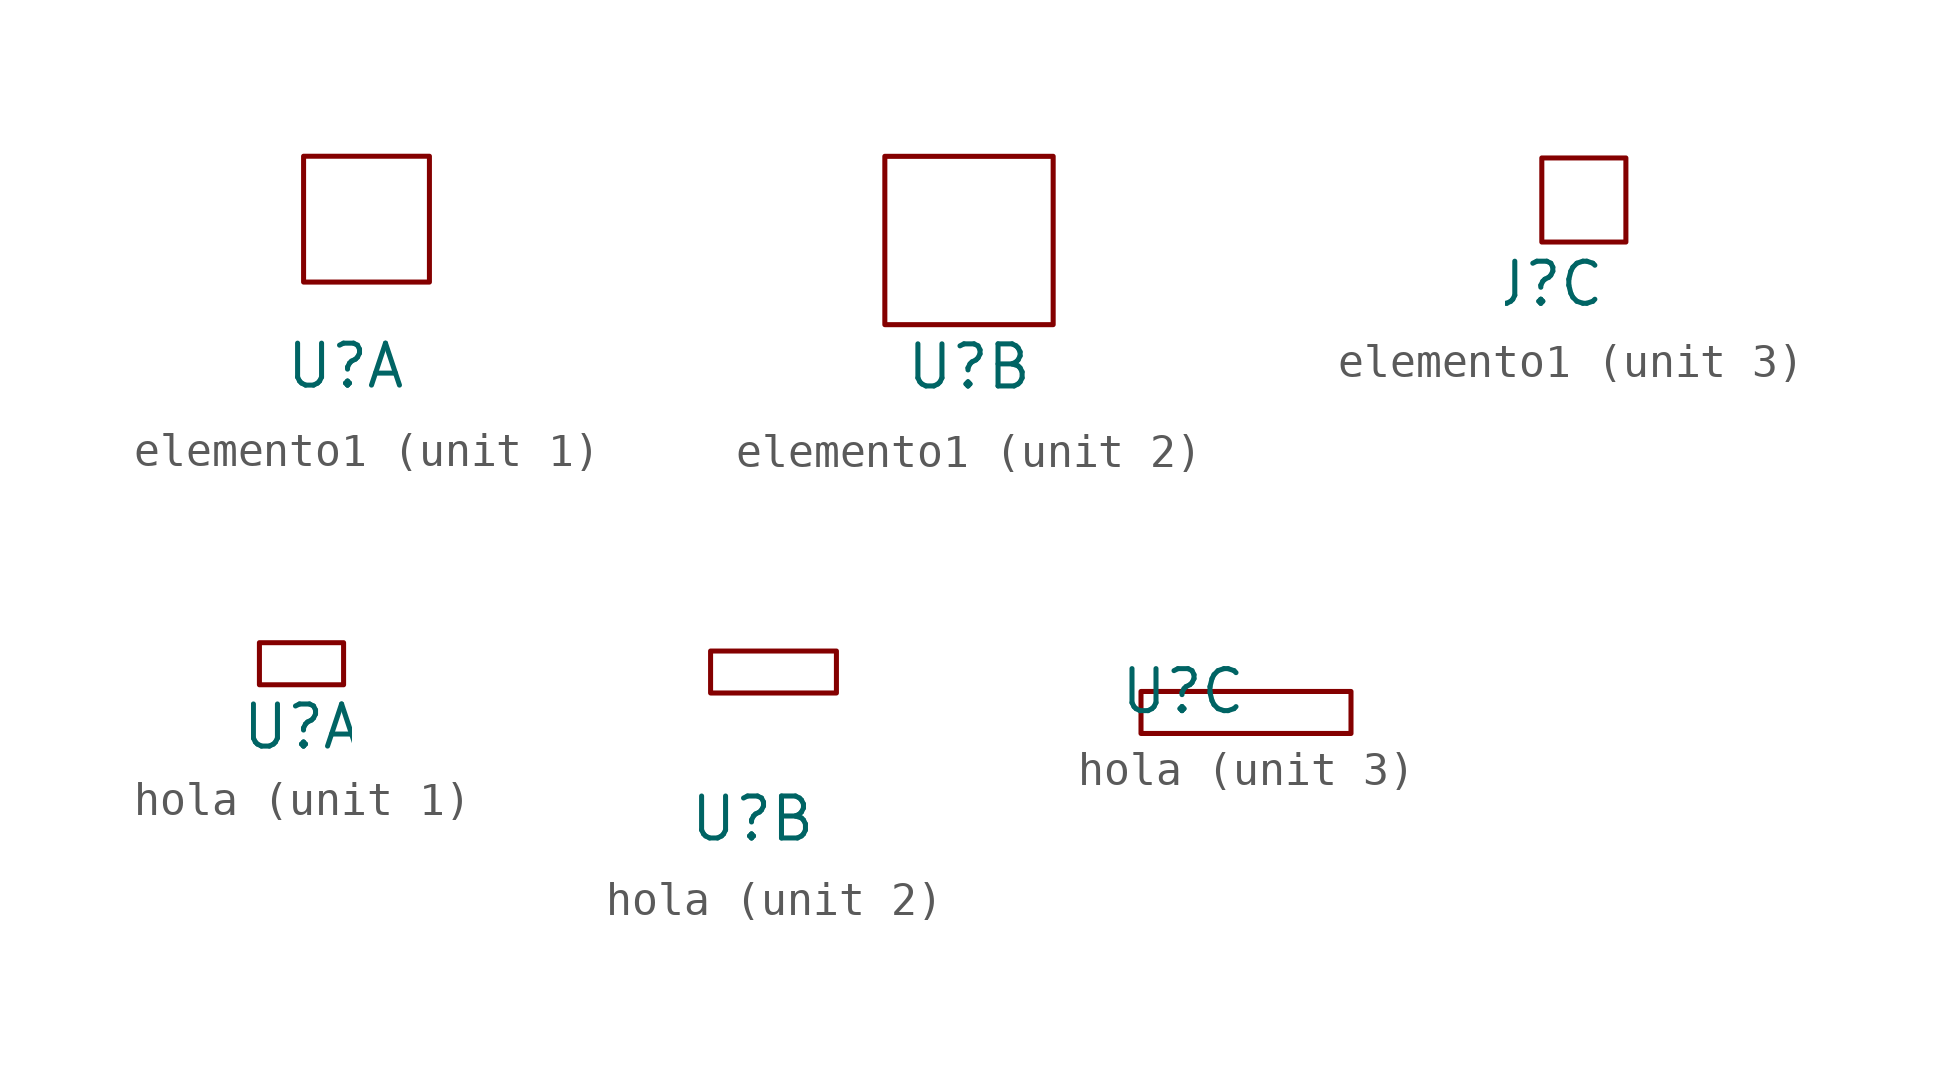
<source format=kicad_sym>
(kicad_symbol_lib
  (version 20220914)
  (generator kicad_symbol_editor)
  (symbol "elemento1"
    (property "Reference" "U"
      (at 0 -3.81 0)
      (effects (font (size 1.27 1.27))))
    (property "Value" ""
      (at 0 0 0)
      (effects (font (size 1.27 1.27))))
    (property "ki_locked" ""
      (at 0 0 0)
      (effects (font (size 1.27 1.27))))
    (symbol "elemento1_1_1"
      (rectangle (start -1.27 2.54) (end 2.54 -1.27) (stroke (width 0) (type default)) (fill (type none))))
    (symbol "elemento1_2_1"
      (rectangle (start -2.54 2.54) (end 2.54 -2.54) (stroke (width 0) (type default)) (fill (type none))))
    (symbol "elemento1_3_1"
      (rectangle (start 0 0) (end 2.54 -2.54) (stroke (width 0) (type default)) (fill (type none)))))
  (symbol "hola"
    (property "Reference" "U"
      (at 0 -1.27 0)
      (effects (font (size 1.27 1.27))))
    (property "Value" ""
      (at 0 0 0)
      (effects (font (size 1.27 1.27))))
    (property "ki_locked" ""
      (at 0 0 0)
      (effects (font (size 1.27 1.27))))
    (symbol "hola_1_1"
      (rectangle (start -1.27 1.27) (end 1.27 0) (stroke (width 0) (type default)) (fill (type none))))
    (symbol "hola_2_1"
      (rectangle (start -1.27 3.81) (end 2.54 2.54) (stroke (width 0) (type default)) (fill (type none))))
    (symbol "hola_3_1"
      (rectangle (start -1.27 -1.27) (end 5.08 -2.54) (stroke (width 0) (type default)) (fill (type none))))))
</source>
